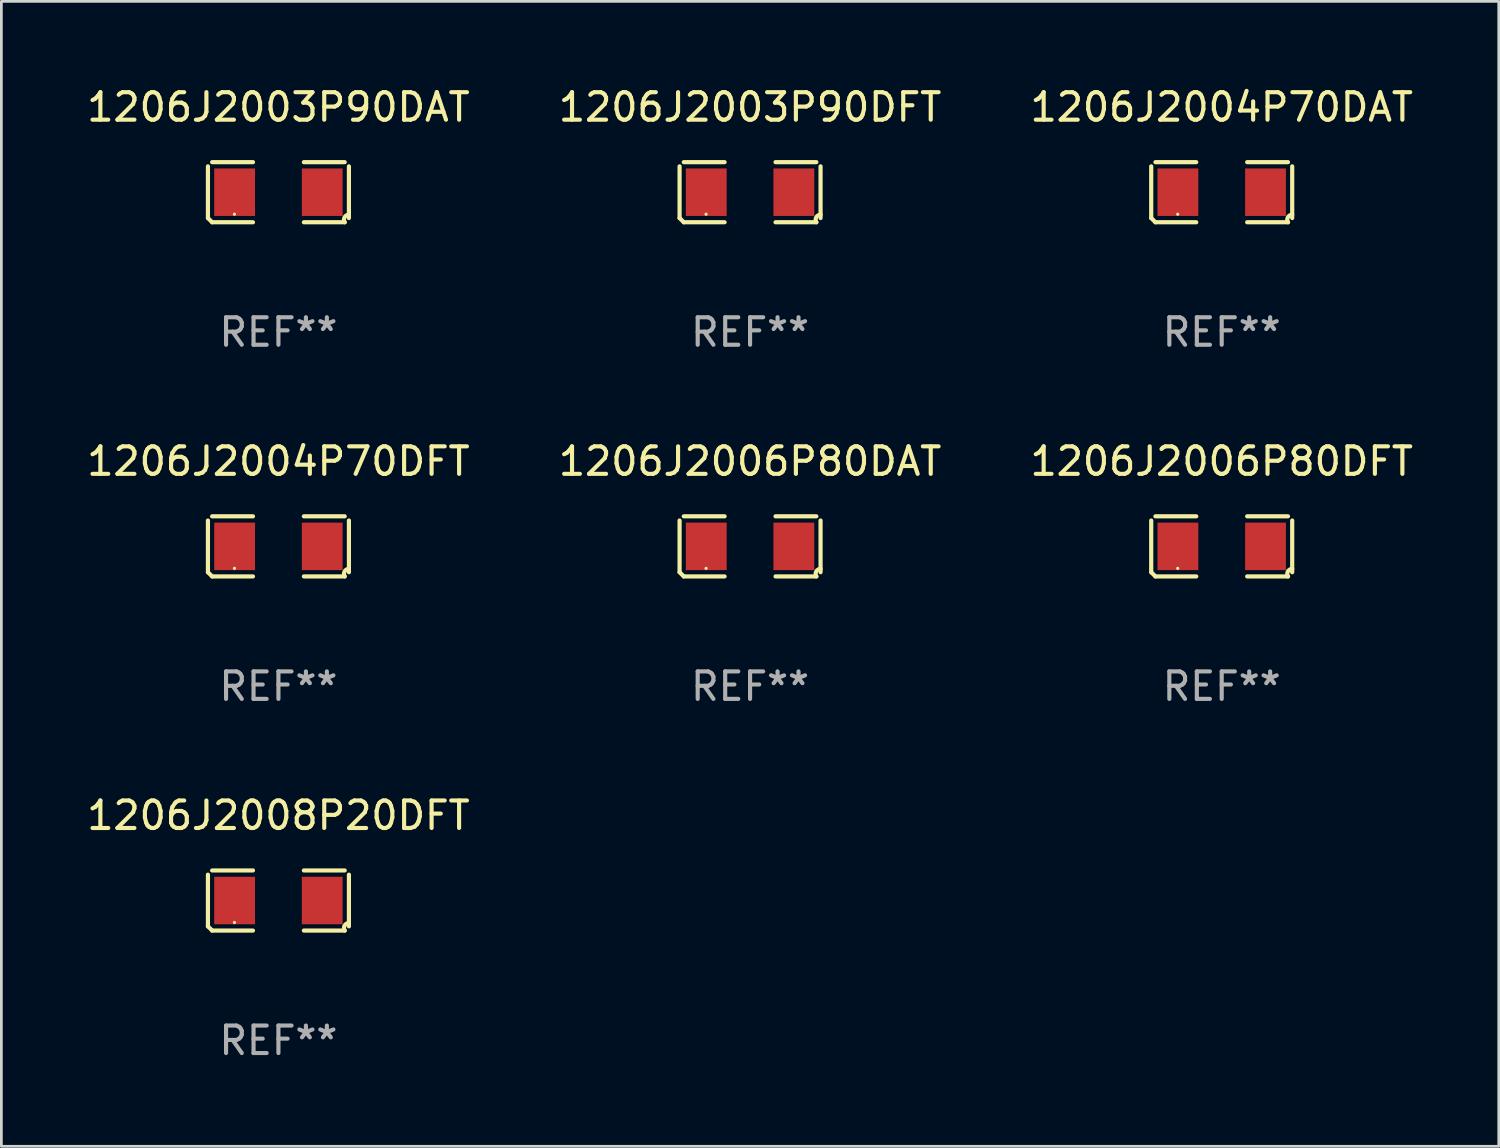
<source format=kicad_pcb>
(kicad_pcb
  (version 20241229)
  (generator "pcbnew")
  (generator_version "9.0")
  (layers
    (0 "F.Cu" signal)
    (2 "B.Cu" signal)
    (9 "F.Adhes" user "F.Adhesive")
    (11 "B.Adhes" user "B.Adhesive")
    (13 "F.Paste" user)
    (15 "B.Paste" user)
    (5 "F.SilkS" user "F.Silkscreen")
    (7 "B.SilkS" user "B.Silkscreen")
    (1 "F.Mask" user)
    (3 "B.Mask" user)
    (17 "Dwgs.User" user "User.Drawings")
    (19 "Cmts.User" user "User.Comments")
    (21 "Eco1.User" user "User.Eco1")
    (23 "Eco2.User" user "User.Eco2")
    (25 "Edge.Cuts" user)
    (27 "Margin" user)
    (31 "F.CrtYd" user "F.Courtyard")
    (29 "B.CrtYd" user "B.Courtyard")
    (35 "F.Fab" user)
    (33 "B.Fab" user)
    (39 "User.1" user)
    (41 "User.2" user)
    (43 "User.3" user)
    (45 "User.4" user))
  (footprint "1206J2004P70DFT"
    (layer "F.Cu")
    (at 7.077 16.823)
    (property "Reference" "1206J2004P70DFT" (at 0 -3.093 0) (layer "F.SilkS") (effects (font (size 1 1) (thickness 0.15))))
    (attr through_hole)
    (fp_line (start -2.564 0.94) (end -2.564 -0.94) (stroke (width 0.152) (type solid)) (layer "F.SilkS"))
    (fp_line (start -2.411 -1.093) (end -0.926 -1.093) (stroke (width 0.152) (type solid)) (layer "F.SilkS"))
    (fp_line (start -0.926 1.093) (end -2.411 1.093) (stroke (width 0.152) (type solid)) (layer "F.SilkS"))
    (fp_line (start 0.926 1.093) (end 2.411 1.093) (stroke (width 0.152) (type solid)) (layer "F.SilkS"))
    (fp_line (start 2.411 -1.093) (end 0.926 -1.093) (stroke (width 0.152) (type solid)) (layer "F.SilkS"))
    (fp_line (start 2.564 0.94) (end 2.564 -0.94) (stroke (width 0.152) (type solid)) (layer "F.SilkS"))
    (fp_arc (start -2.411201 1.092609) (mid -2.487413 1.01642) (end -2.563602 0.940208) (stroke (width 0.1524) (type solid)) (layer "F.SilkS"))
    (fp_arc (start 2.411201 1.092609) (mid 2.407159 0.911226) (end 2.563602 0.819347) (stroke (width 0.1524) (type solid)) (layer "F.SilkS"))
    (fp_circle (center -1.6 0.8) (end -1.57 0.8) (stroke (width 0.06) (type solid)) (fill no) (layer "F.SilkS"))
    (fp_text user "REF**" (at 0 5.093 0) (layer "F.Fab") (effects (font (size 1 1) (thickness 0.15))))
    (pad "1" smd rect (at -1.593 0) (size 1.485 1.728) (layers "F.Cu" "F.Mask" "F.Paste"))
    (pad "2" smd rect (at 1.593 0) (size 1.485 1.728) (layers "F.Cu" "F.Mask" "F.Paste")))
  (footprint "1206J2003P90DFT"
    (layer "F.Cu")
    (at 24.232 3.941)
    (property "Reference" "1206J2003P90DFT" (at 0 -3.093 0) (layer "F.SilkS") (effects (font (size 1 1) (thickness 0.15))))
    (attr through_hole)
    (fp_line (start -2.564 0.94) (end -2.564 -0.94) (stroke (width 0.152) (type solid)) (layer "F.SilkS"))
    (fp_line (start -2.411 -1.093) (end -0.926 -1.093) (stroke (width 0.152) (type solid)) (layer "F.SilkS"))
    (fp_line (start -0.926 1.093) (end -2.411 1.093) (stroke (width 0.152) (type solid)) (layer "F.SilkS"))
    (fp_line (start 0.926 1.093) (end 2.411 1.093) (stroke (width 0.152) (type solid)) (layer "F.SilkS"))
    (fp_line (start 2.411 -1.093) (end 0.926 -1.093) (stroke (width 0.152) (type solid)) (layer "F.SilkS"))
    (fp_line (start 2.564 0.94) (end 2.564 -0.94) (stroke (width 0.152) (type solid)) (layer "F.SilkS"))
    (fp_arc (start -2.411201 1.092609) (mid -2.487413 1.01642) (end -2.563602 0.940208) (stroke (width 0.1524) (type solid)) (layer "F.SilkS"))
    (fp_arc (start 2.411201 1.092609) (mid 2.407159 0.911226) (end 2.563602 0.819347) (stroke (width 0.1524) (type solid)) (layer "F.SilkS"))
    (fp_circle (center -1.6 0.8) (end -1.57 0.8) (stroke (width 0.06) (type solid)) (fill no) (layer "F.SilkS"))
    (fp_text user "REF**" (at 0 5.093 0) (layer "F.Fab") (effects (font (size 1 1) (thickness 0.15))))
    (pad "1" smd rect (at -1.593 0) (size 1.485 1.728) (layers "F.Cu" "F.Mask" "F.Paste"))
    (pad "2" smd rect (at 1.593 0) (size 1.485 1.728) (layers "F.Cu" "F.Mask" "F.Paste")))
  (footprint "1206J2004P70DAT"
    (layer "F.Cu")
    (at 41.387 3.941)
    (property "Reference" "1206J2004P70DAT" (at 0 -3.093 0) (layer "F.SilkS") (effects (font (size 1 1) (thickness 0.15))))
    (attr through_hole)
    (fp_line (start -2.564 0.94) (end -2.564 -0.94) (stroke (width 0.152) (type solid)) (layer "F.SilkS"))
    (fp_line (start -2.411 -1.093) (end -0.926 -1.093) (stroke (width 0.152) (type solid)) (layer "F.SilkS"))
    (fp_line (start -0.926 1.093) (end -2.411 1.093) (stroke (width 0.152) (type solid)) (layer "F.SilkS"))
    (fp_line (start 0.926 1.093) (end 2.411 1.093) (stroke (width 0.152) (type solid)) (layer "F.SilkS"))
    (fp_line (start 2.411 -1.093) (end 0.926 -1.093) (stroke (width 0.152) (type solid)) (layer "F.SilkS"))
    (fp_line (start 2.564 0.94) (end 2.564 -0.94) (stroke (width 0.152) (type solid)) (layer "F.SilkS"))
    (fp_arc (start -2.411201 1.092609) (mid -2.487413 1.01642) (end -2.563602 0.940208) (stroke (width 0.1524) (type solid)) (layer "F.SilkS"))
    (fp_arc (start 2.411201 1.092609) (mid 2.407159 0.911226) (end 2.563602 0.819347) (stroke (width 0.1524) (type solid)) (layer "F.SilkS"))
    (fp_circle (center -1.6 0.8) (end -1.57 0.8) (stroke (width 0.06) (type solid)) (fill no) (layer "F.SilkS"))
    (fp_text user "REF**" (at 0 5.093 0) (layer "F.Fab") (effects (font (size 1 1) (thickness 0.15))))
    (pad "1" smd rect (at -1.593 0) (size 1.485 1.728) (layers "F.Cu" "F.Mask" "F.Paste"))
    (pad "2" smd rect (at 1.593 0) (size 1.485 1.728) (layers "F.Cu" "F.Mask" "F.Paste")))
  (footprint "1206J2006P80DFT"
    (layer "F.Cu")
    (at 41.387 16.823)
    (property "Reference" "1206J2006P80DFT" (at 0 -3.093 0) (layer "F.SilkS") (effects (font (size 1 1) (thickness 0.15))))
    (attr through_hole)
    (fp_line (start -2.564 0.94) (end -2.564 -0.94) (stroke (width 0.152) (type solid)) (layer "F.SilkS"))
    (fp_line (start -2.411 -1.093) (end -0.926 -1.093) (stroke (width 0.152) (type solid)) (layer "F.SilkS"))
    (fp_line (start -0.926 1.093) (end -2.411 1.093) (stroke (width 0.152) (type solid)) (layer "F.SilkS"))
    (fp_line (start 0.926 1.093) (end 2.411 1.093) (stroke (width 0.152) (type solid)) (layer "F.SilkS"))
    (fp_line (start 2.411 -1.093) (end 0.926 -1.093) (stroke (width 0.152) (type solid)) (layer "F.SilkS"))
    (fp_line (start 2.564 0.94) (end 2.564 -0.94) (stroke (width 0.152) (type solid)) (layer "F.SilkS"))
    (fp_arc (start -2.411201 1.092609) (mid -2.487413 1.01642) (end -2.563602 0.940208) (stroke (width 0.1524) (type solid)) (layer "F.SilkS"))
    (fp_arc (start 2.411201 1.092609) (mid 2.407159 0.911226) (end 2.563602 0.819347) (stroke (width 0.1524) (type solid)) (layer "F.SilkS"))
    (fp_circle (center -1.6 0.8) (end -1.57 0.8) (stroke (width 0.06) (type solid)) (fill no) (layer "F.SilkS"))
    (fp_text user "REF**" (at 0 5.093 0) (layer "F.Fab") (effects (font (size 1 1) (thickness 0.15))))
    (pad "1" smd rect (at -1.593 0) (size 1.485 1.728) (layers "F.Cu" "F.Mask" "F.Paste"))
    (pad "2" smd rect (at 1.593 0) (size 1.485 1.728) (layers "F.Cu" "F.Mask" "F.Paste")))
  (footprint "1206J2008P20DFT"
    (layer "F.Cu")
    (at 7.077 29.704)
    (property "Reference" "1206J2008P20DFT" (at 0 -3.093 0) (layer "F.SilkS") (effects (font (size 1 1) (thickness 0.15))))
    (attr through_hole)
    (fp_line (start -2.564 0.94) (end -2.564 -0.94) (stroke (width 0.152) (type solid)) (layer "F.SilkS"))
    (fp_line (start -2.411 -1.093) (end -0.926 -1.093) (stroke (width 0.152) (type solid)) (layer "F.SilkS"))
    (fp_line (start -0.926 1.093) (end -2.411 1.093) (stroke (width 0.152) (type solid)) (layer "F.SilkS"))
    (fp_line (start 0.926 1.093) (end 2.411 1.093) (stroke (width 0.152) (type solid)) (layer "F.SilkS"))
    (fp_line (start 2.411 -1.093) (end 0.926 -1.093) (stroke (width 0.152) (type solid)) (layer "F.SilkS"))
    (fp_line (start 2.564 0.94) (end 2.564 -0.94) (stroke (width 0.152) (type solid)) (layer "F.SilkS"))
    (fp_arc (start -2.411201 1.092609) (mid -2.487413 1.01642) (end -2.563602 0.940208) (stroke (width 0.1524) (type solid)) (layer "F.SilkS"))
    (fp_arc (start 2.411201 1.092609) (mid 2.407159 0.911226) (end 2.563602 0.819347) (stroke (width 0.1524) (type solid)) (layer "F.SilkS"))
    (fp_circle (center -1.6 0.8) (end -1.57 0.8) (stroke (width 0.06) (type solid)) (fill no) (layer "F.SilkS"))
    (fp_text user "REF**" (at 0 5.093 0) (layer "F.Fab") (effects (font (size 1 1) (thickness 0.15))))
    (pad "1" smd rect (at -1.593 0) (size 1.485 1.728) (layers "F.Cu" "F.Mask" "F.Paste"))
    (pad "2" smd rect (at 1.593 0) (size 1.485 1.728) (layers "F.Cu" "F.Mask" "F.Paste")))
  (footprint "1206J2003P90DAT"
    (layer "F.Cu")
    (at 7.077 3.941)
    (property "Reference" "1206J2003P90DAT" (at 0 -3.093 0) (layer "F.SilkS") (effects (font (size 1 1) (thickness 0.15))))
    (attr through_hole)
    (fp_line (start -2.564 0.94) (end -2.564 -0.94) (stroke (width 0.152) (type solid)) (layer "F.SilkS"))
    (fp_line (start -2.411 -1.093) (end -0.926 -1.093) (stroke (width 0.152) (type solid)) (layer "F.SilkS"))
    (fp_line (start -0.926 1.093) (end -2.411 1.093) (stroke (width 0.152) (type solid)) (layer "F.SilkS"))
    (fp_line (start 0.926 1.093) (end 2.411 1.093) (stroke (width 0.152) (type solid)) (layer "F.SilkS"))
    (fp_line (start 2.411 -1.093) (end 0.926 -1.093) (stroke (width 0.152) (type solid)) (layer "F.SilkS"))
    (fp_line (start 2.564 0.94) (end 2.564 -0.94) (stroke (width 0.152) (type solid)) (layer "F.SilkS"))
    (fp_arc (start -2.411201 1.092609) (mid -2.487413 1.01642) (end -2.563602 0.940208) (stroke (width 0.1524) (type solid)) (layer "F.SilkS"))
    (fp_arc (start 2.411201 1.092609) (mid 2.407159 0.911226) (end 2.563602 0.819347) (stroke (width 0.1524) (type solid)) (layer "F.SilkS"))
    (fp_circle (center -1.6 0.8) (end -1.57 0.8) (stroke (width 0.06) (type solid)) (fill no) (layer "F.SilkS"))
    (fp_text user "REF**" (at 0 5.093 0) (layer "F.Fab") (effects (font (size 1 1) (thickness 0.15))))
    (pad "1" smd rect (at -1.593 0) (size 1.485 1.728) (layers "F.Cu" "F.Mask" "F.Paste"))
    (pad "2" smd rect (at 1.593 0) (size 1.485 1.728) (layers "F.Cu" "F.Mask" "F.Paste")))
  (footprint "1206J2006P80DAT"
    (layer "F.Cu")
    (at 24.232 16.823)
    (property "Reference" "1206J2006P80DAT" (at 0 -3.093 0) (layer "F.SilkS") (effects (font (size 1 1) (thickness 0.15))))
    (attr through_hole)
    (fp_line (start -2.564 0.94) (end -2.564 -0.94) (stroke (width 0.152) (type solid)) (layer "F.SilkS"))
    (fp_line (start -2.411 -1.093) (end -0.926 -1.093) (stroke (width 0.152) (type solid)) (layer "F.SilkS"))
    (fp_line (start -0.926 1.093) (end -2.411 1.093) (stroke (width 0.152) (type solid)) (layer "F.SilkS"))
    (fp_line (start 0.926 1.093) (end 2.411 1.093) (stroke (width 0.152) (type solid)) (layer "F.SilkS"))
    (fp_line (start 2.411 -1.093) (end 0.926 -1.093) (stroke (width 0.152) (type solid)) (layer "F.SilkS"))
    (fp_line (start 2.564 0.94) (end 2.564 -0.94) (stroke (width 0.152) (type solid)) (layer "F.SilkS"))
    (fp_arc (start -2.411201 1.092609) (mid -2.487413 1.01642) (end -2.563602 0.940208) (stroke (width 0.1524) (type solid)) (layer "F.SilkS"))
    (fp_arc (start 2.411201 1.092609) (mid 2.407159 0.911226) (end 2.563602 0.819347) (stroke (width 0.1524) (type solid)) (layer "F.SilkS"))
    (fp_circle (center -1.6 0.8) (end -1.57 0.8) (stroke (width 0.06) (type solid)) (fill no) (layer "F.SilkS"))
    (fp_text user "REF**" (at 0 5.093 0) (layer "F.Fab") (effects (font (size 1 1) (thickness 0.15))))
    (pad "1" smd rect (at -1.593 0) (size 1.485 1.728) (layers "F.Cu" "F.Mask" "F.Paste"))
    (pad "2" smd rect (at 1.593 0) (size 1.485 1.728) (layers "F.Cu" "F.Mask" "F.Paste")))
  (gr_rect
    (start -3 -3)
    (end 51.464 38.645)
    (stroke (width 0.1) (type default))
    (fill no)
    (layer "Edge.Cuts")))
</source>
